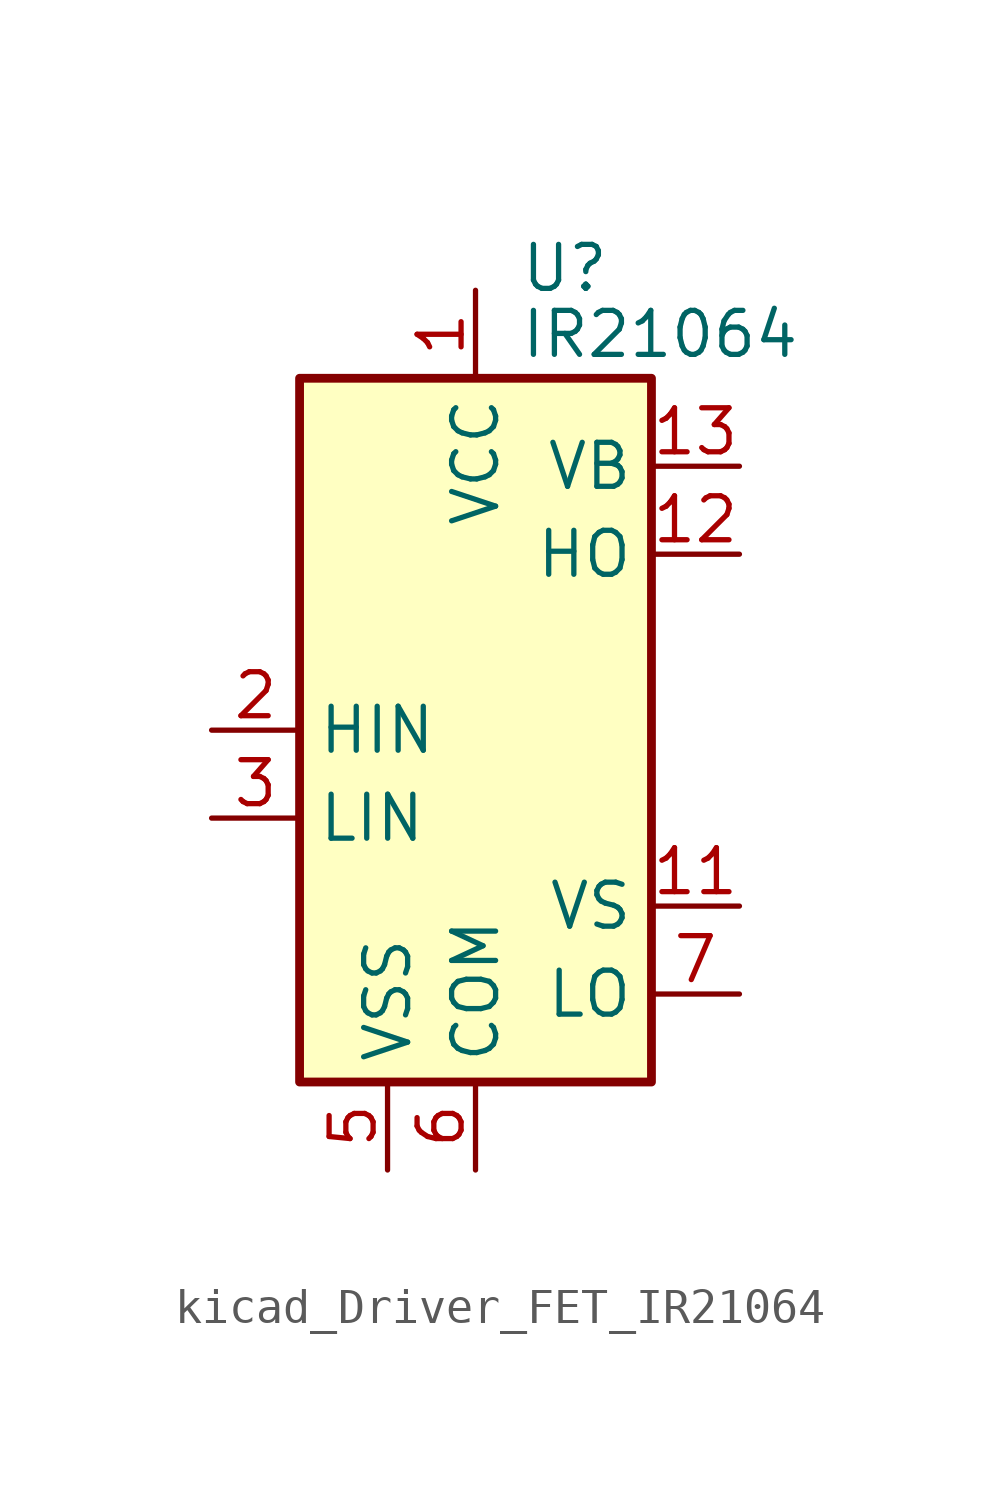
<source format=kicad_sym>
(kicad_symbol_lib
  (version 20220914)
  (generator kicad_symbol_editor)
  (symbol "kicad_Driver_FET_IR21064"
    (property "Reference" "U"
      (at 1.27 13.335 0)
      (effects (font (size 1.27 1.27)) (justify left)))
    (property "Value" "IR21064"
      (at 1.27 11.43 0)
      (effects (font (size 1.27 1.27)) (justify left)))
    (symbol "kicad_Driver_FET_IR21064_0_1"
      (rectangle (start -5.08 -10.16) (end 5.08 10.16) (stroke (width 0.254) (type default)) (fill (type background))))
    (symbol "kicad_Driver_FET_IR21064_1_1"
      (pin power_in line (at 0 12.7 270) (length 2.54) (name "VCC" (effects (font (size 1.27 1.27)))) (number "1" (effects (font (size 1.27 1.27)))))
      (pin no_connect line (at 5.08 2.54 180) (length 2.54) hide (name "NC" (effects (font (size 1.27 1.27)))) (number "10" (effects (font (size 1.27 1.27)))))
      (pin passive line (at 7.62 -5.08 180) (length 2.54) (name "VS" (effects (font (size 1.27 1.27)))) (number "11" (effects (font (size 1.27 1.27)))))
      (pin output line (at 7.62 5.08 180) (length 2.54) (name "HO" (effects (font (size 1.27 1.27)))) (number "12" (effects (font (size 1.27 1.27)))))
      (pin passive line (at 7.62 7.62 180) (length 2.54) (name "VB" (effects (font (size 1.27 1.27)))) (number "13" (effects (font (size 1.27 1.27)))))
      (pin no_connect line (at 5.08 0 180) (length 2.54) hide (name "NC" (effects (font (size 1.27 1.27)))) (number "14" (effects (font (size 1.27 1.27)))))
      (pin input line (at -7.62 0 0) (length 2.54) (name "HIN" (effects (font (size 1.27 1.27)))) (number "2" (effects (font (size 1.27 1.27)))))
      (pin input line (at -7.62 -2.54 0) (length 2.54) (name "LIN" (effects (font (size 1.27 1.27)))) (number "3" (effects (font (size 1.27 1.27)))))
      (pin no_connect line (at -5.08 7.62 0) (length 2.54) hide (name "NC" (effects (font (size 1.27 1.27)))) (number "4" (effects (font (size 1.27 1.27)))))
      (pin power_in line (at -2.54 -12.7 90) (length 2.54) (name "VSS" (effects (font (size 1.27 1.27)))) (number "5" (effects (font (size 1.27 1.27)))))
      (pin power_in line (at 0 -12.7 90) (length 2.54) (name "COM" (effects (font (size 1.27 1.27)))) (number "6" (effects (font (size 1.27 1.27)))))
      (pin output line (at 7.62 -7.62 180) (length 2.54) (name "LO" (effects (font (size 1.27 1.27)))) (number "7" (effects (font (size 1.27 1.27)))))
      (pin no_connect line (at -5.08 5.08 0) (length 2.54) hide (name "NC" (effects (font (size 1.27 1.27)))) (number "8" (effects (font (size 1.27 1.27)))))
      (pin no_connect line (at -5.08 2.54 0) (length 2.54) hide (name "NC" (effects (font (size 1.27 1.27)))) (number "9" (effects (font (size 1.27 1.27))))))))
</source>
